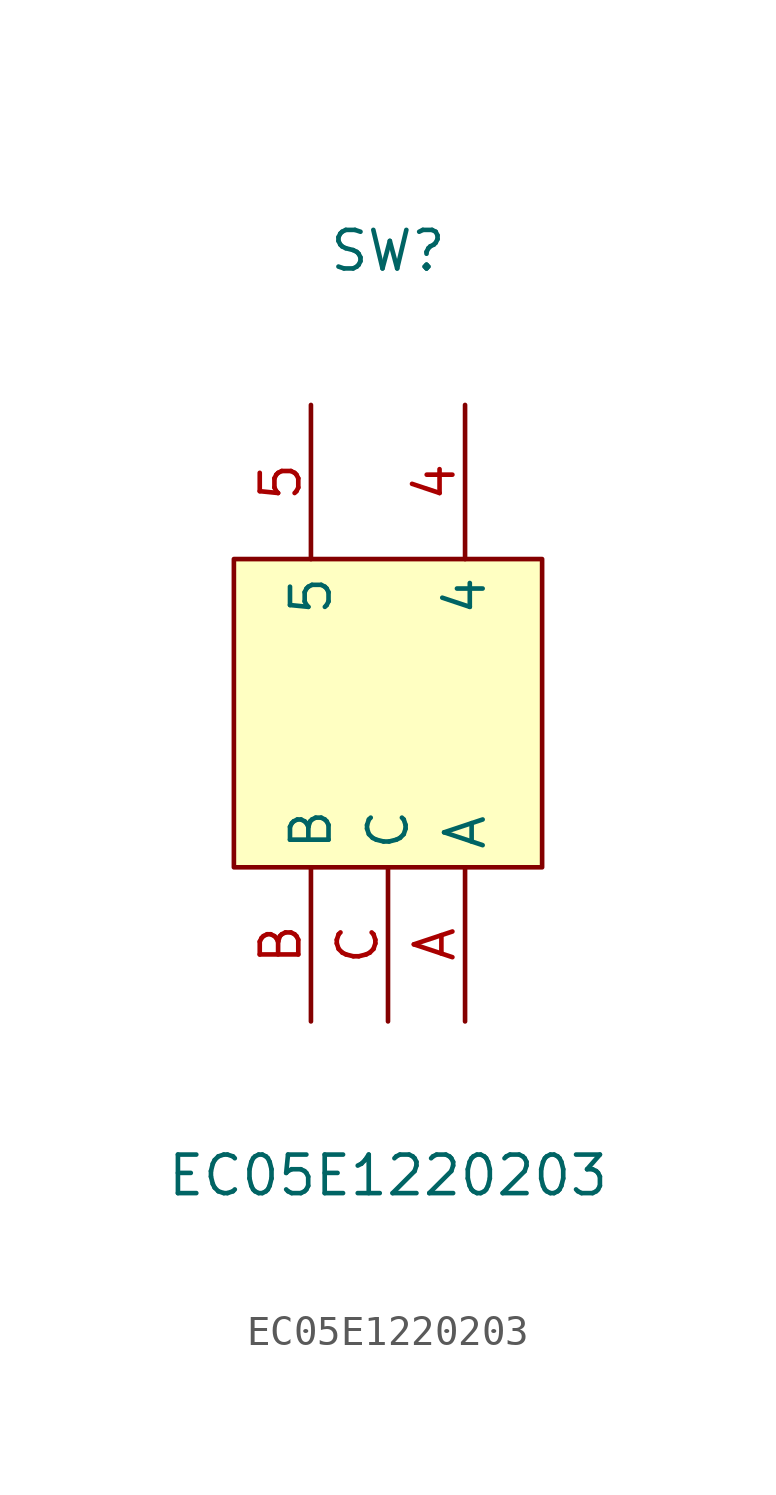
<source format=kicad_sym>
(kicad_symbol_lib
  (version 20211014)
  (generator https://github.com/uPesy/easyeda2kicad.py)
  (symbol "EC05E1220203"
    (property "Reference" "SW"
      (at 0 15.24 0)
      (effects (font (size 1.27 1.27))))
    (property "Value" "EC05E1220203"
      (at 0 -15.24 0)
      (effects (font (size 1.27 1.27))))
    (symbol "EC05E1220203_0_1"
      (rectangle (start -5.08 5.08) (end 5.08 -5.08) (stroke (width 0) (type default) (color 0 0 0 0)) (fill (type background)))
      (pin unspecified line (at -2.54 10.16 270) (length 5.08) (name "5" (effects (font (size 1.27 1.27)))) (number "5" (effects (font (size 1.27 1.27)))))
      (pin unspecified line (at 2.54 10.16 270) (length 5.08) (name "4" (effects (font (size 1.27 1.27)))) (number "4" (effects (font (size 1.27 1.27)))))
      (pin unspecified line (at -2.54 -10.16 90) (length 5.08) (name "B" (effects (font (size 1.27 1.27)))) (number "B" (effects (font (size 1.27 1.27)))))
      (pin unspecified line (at 0.00 -10.16 90) (length 5.08) (name "C" (effects (font (size 1.27 1.27)))) (number "C" (effects (font (size 1.27 1.27)))))
      (pin unspecified line (at 2.54 -10.16 90) (length 5.08) (name "A" (effects (font (size 1.27 1.27)))) (number "A" (effects (font (size 1.27 1.27))))))))
</source>
